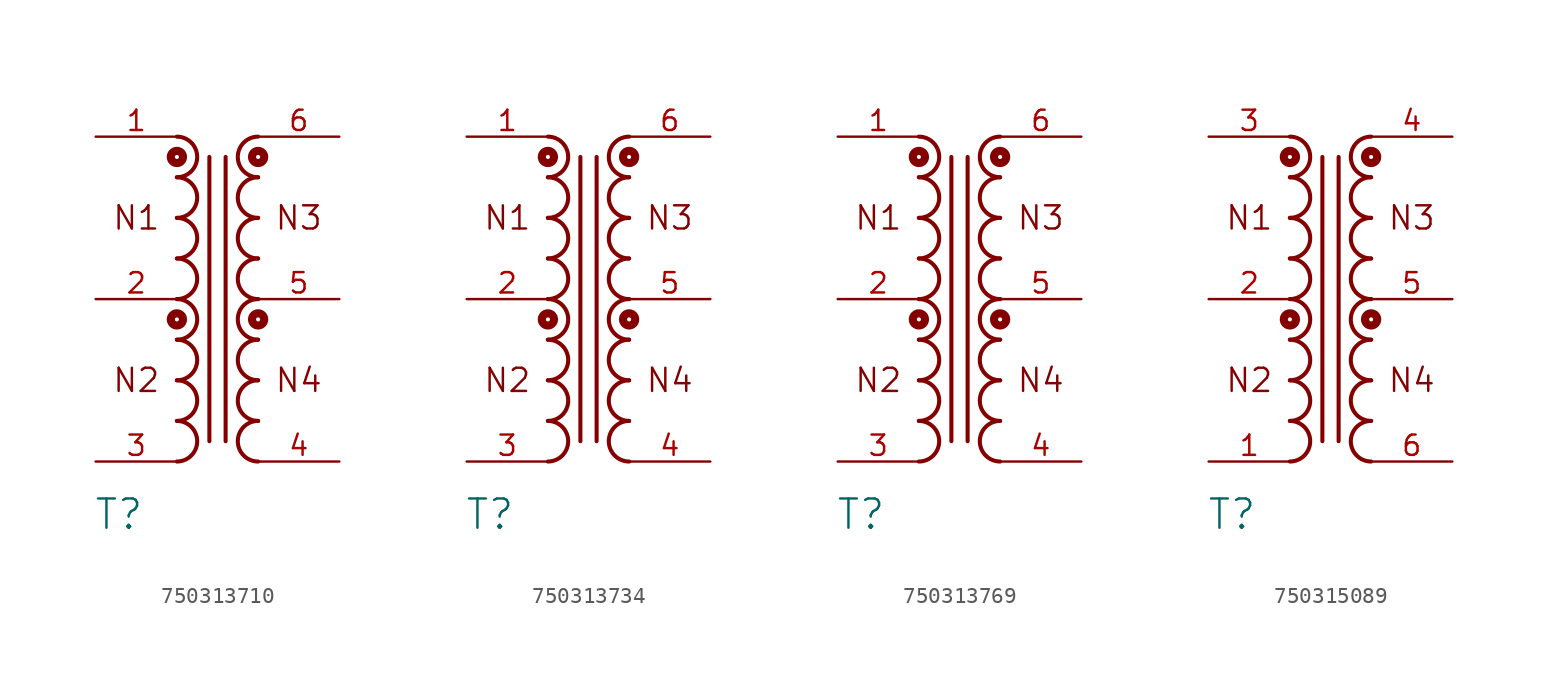
<source format=kicad_sym>
(kicad_symbol_lib
  (version 20231120)
  (generator "kicad_symbol_editor")
  (generator_version "8.0")
  (symbol "750313710"
    (property "Reference" "T"
      (at 1.457 -23.622 0)
      (effects (font (size 1.829 1.829))))
    (symbol "750313710_1_0"
      (polyline (pts (xy 7.112 -1.27) (xy 7.112 -19.05)) (stroke (width 0.254) (type solid)) (fill (type none)))
      (polyline (pts (xy 8.128 -1.27) (xy 8.128 -19.05)) (stroke (width 0.254) (type solid)) (fill (type none)))
      (arc (start 5.08 -20.32) (mid 6.35 -19.05) (end 5.08 -17.78) (stroke (width 0.254) (type solid)) (fill (type none)))
      (arc (start 5.08 -17.78) (mid 6.35 -16.51) (end 5.08 -15.24) (stroke (width 0.254) (type solid)) (fill (type none)))
      (arc (start 5.08 -15.24) (mid 6.35 -13.97) (end 5.08 -12.7) (stroke (width 0.254) (type solid)) (fill (type none)))
      (arc (start 5.08 -12.7) (mid 6.35 -11.43) (end 5.08 -10.16) (stroke (width 0.254) (type solid)) (fill (type none)))
      (circle (center 5.08 -11.43) (radius 0.127) (stroke (width 0.508) (type solid)) (fill (type none)))
      (arc (start 5.08 -10.16) (mid 6.35 -8.89) (end 5.08 -7.62) (stroke (width 0.254) (type solid)) (fill (type none)))
      (arc (start 5.08 -7.62) (mid 6.35 -6.35) (end 5.08 -5.08) (stroke (width 0.254) (type solid)) (fill (type none)))
      (arc (start 5.08 -5.08) (mid 6.35 -3.81) (end 5.08 -2.54) (stroke (width 0.254) (type solid)) (fill (type none)))
      (arc (start 5.08 -2.54) (mid 6.35 -1.27) (end 5.08 0) (stroke (width 0.254) (type solid)) (fill (type none)))
      (circle (center 5.08 -1.27) (radius 0.127) (stroke (width 0.508) (type solid)) (fill (type none)))
      (arc (start 10.16 -17.78) (mid 8.89 -19.05) (end 10.16 -20.32) (stroke (width 0.254) (type solid)) (fill (type none)))
      (arc (start 10.16 -15.24) (mid 8.89 -16.51) (end 10.16 -17.78) (stroke (width 0.254) (type solid)) (fill (type none)))
      (arc (start 10.16 -12.7) (mid 8.89 -13.97) (end 10.16 -15.24) (stroke (width 0.254) (type solid)) (fill (type none)))
      (circle (center 10.16 -11.43) (radius 0.127) (stroke (width 0.508) (type solid)) (fill (type none)))
      (arc (start 10.16 -10.16) (mid 8.89 -11.43) (end 10.16 -12.7) (stroke (width 0.254) (type solid)) (fill (type none)))
      (arc (start 10.16 -7.62) (mid 8.89 -8.89) (end 10.16 -10.16) (stroke (width 0.254) (type solid)) (fill (type none)))
      (arc (start 10.16 -5.08) (mid 8.89 -6.35) (end 10.16 -7.62) (stroke (width 0.254) (type solid)) (fill (type none)))
      (arc (start 10.16 -2.54) (mid 8.89 -3.81) (end 10.16 -5.08) (stroke (width 0.254) (type solid)) (fill (type none)))
      (circle (center 10.16 -1.27) (radius 0.127) (stroke (width 0.508) (type solid)) (fill (type none)))
      (arc (start 10.16 0) (mid 8.89 -1.27) (end 10.16 -2.54) (stroke (width 0.254) (type solid)) (fill (type none)))
      (text "N1" (at 2.54 -5.08 0) (effects (font (size 1.448 1.448))))
      (text "N2" (at 2.54 -15.24 0) (effects (font (size 1.448 1.448))))
      (text "N3" (at 12.7 -5.08 0) (effects (font (size 1.448 1.448))))
      (text "N4" (at 12.7 -15.24 0) (effects (font (size 1.448 1.448))))
      (pin passive line (at 0 0 0) (length 5.08) (name "1" (effects (font (size 0 0)))) (number "1" (effects (font (size 1.27 1.27)))))
      (pin passive line (at 0 -10.16 0) (length 5.08) (name "2" (effects (font (size 0 0)))) (number "2" (effects (font (size 1.27 1.27)))))
      (pin passive line (at 0 -20.32 0) (length 5.08) (name "3" (effects (font (size 0 0)))) (number "3" (effects (font (size 1.27 1.27)))))
      (pin passive line (at 15.24 -20.32 180) (length 5.08) (name "4" (effects (font (size 0 0)))) (number "4" (effects (font (size 1.27 1.27)))))
      (pin passive line (at 15.24 -10.16 180) (length 5.08) (name "5" (effects (font (size 0 0)))) (number "5" (effects (font (size 1.27 1.27)))))
      (pin passive line (at 15.24 0 180) (length 5.08) (name "6" (effects (font (size 0 0)))) (number "6" (effects (font (size 1.27 1.27)))))))
  (symbol "750313734"
    (property "Reference" "T"
      (at 1.457 -23.622 0)
      (effects (font (size 1.829 1.829))))
    (symbol "750313734_1_0"
      (polyline (pts (xy 7.112 -1.27) (xy 7.112 -19.05)) (stroke (width 0.254) (type solid)) (fill (type none)))
      (polyline (pts (xy 8.128 -1.27) (xy 8.128 -19.05)) (stroke (width 0.254) (type solid)) (fill (type none)))
      (arc (start 5.08 -20.32) (mid 6.35 -19.05) (end 5.08 -17.78) (stroke (width 0.254) (type solid)) (fill (type none)))
      (arc (start 5.08 -17.78) (mid 6.35 -16.51) (end 5.08 -15.24) (stroke (width 0.254) (type solid)) (fill (type none)))
      (arc (start 5.08 -15.24) (mid 6.35 -13.97) (end 5.08 -12.7) (stroke (width 0.254) (type solid)) (fill (type none)))
      (arc (start 5.08 -12.7) (mid 6.35 -11.43) (end 5.08 -10.16) (stroke (width 0.254) (type solid)) (fill (type none)))
      (circle (center 5.08 -11.43) (radius 0.127) (stroke (width 0.508) (type solid)) (fill (type none)))
      (arc (start 5.08 -10.16) (mid 6.35 -8.89) (end 5.08 -7.62) (stroke (width 0.254) (type solid)) (fill (type none)))
      (arc (start 5.08 -7.62) (mid 6.35 -6.35) (end 5.08 -5.08) (stroke (width 0.254) (type solid)) (fill (type none)))
      (arc (start 5.08 -5.08) (mid 6.35 -3.81) (end 5.08 -2.54) (stroke (width 0.254) (type solid)) (fill (type none)))
      (arc (start 5.08 -2.54) (mid 6.35 -1.27) (end 5.08 0) (stroke (width 0.254) (type solid)) (fill (type none)))
      (circle (center 5.08 -1.27) (radius 0.127) (stroke (width 0.508) (type solid)) (fill (type none)))
      (arc (start 10.16 -17.78) (mid 8.89 -19.05) (end 10.16 -20.32) (stroke (width 0.254) (type solid)) (fill (type none)))
      (arc (start 10.16 -15.24) (mid 8.89 -16.51) (end 10.16 -17.78) (stroke (width 0.254) (type solid)) (fill (type none)))
      (arc (start 10.16 -12.7) (mid 8.89 -13.97) (end 10.16 -15.24) (stroke (width 0.254) (type solid)) (fill (type none)))
      (circle (center 10.16 -11.43) (radius 0.127) (stroke (width 0.508) (type solid)) (fill (type none)))
      (arc (start 10.16 -10.16) (mid 8.89 -11.43) (end 10.16 -12.7) (stroke (width 0.254) (type solid)) (fill (type none)))
      (arc (start 10.16 -7.62) (mid 8.89 -8.89) (end 10.16 -10.16) (stroke (width 0.254) (type solid)) (fill (type none)))
      (arc (start 10.16 -5.08) (mid 8.89 -6.35) (end 10.16 -7.62) (stroke (width 0.254) (type solid)) (fill (type none)))
      (arc (start 10.16 -2.54) (mid 8.89 -3.81) (end 10.16 -5.08) (stroke (width 0.254) (type solid)) (fill (type none)))
      (circle (center 10.16 -1.27) (radius 0.127) (stroke (width 0.508) (type solid)) (fill (type none)))
      (arc (start 10.16 0) (mid 8.89 -1.27) (end 10.16 -2.54) (stroke (width 0.254) (type solid)) (fill (type none)))
      (text "N1" (at 2.54 -5.08 0) (effects (font (size 1.448 1.448))))
      (text "N2" (at 2.54 -15.24 0) (effects (font (size 1.448 1.448))))
      (text "N3" (at 12.7 -5.08 0) (effects (font (size 1.448 1.448))))
      (text "N4" (at 12.7 -15.24 0) (effects (font (size 1.448 1.448))))
      (pin passive line (at 0 0 0) (length 5.08) (name "1" (effects (font (size 0 0)))) (number "1" (effects (font (size 1.27 1.27)))))
      (pin passive line (at 0 -10.16 0) (length 5.08) (name "2" (effects (font (size 0 0)))) (number "2" (effects (font (size 1.27 1.27)))))
      (pin passive line (at 0 -20.32 0) (length 5.08) (name "3" (effects (font (size 0 0)))) (number "3" (effects (font (size 1.27 1.27)))))
      (pin passive line (at 15.24 -20.32 180) (length 5.08) (name "4" (effects (font (size 0 0)))) (number "4" (effects (font (size 1.27 1.27)))))
      (pin passive line (at 15.24 -10.16 180) (length 5.08) (name "5" (effects (font (size 0 0)))) (number "5" (effects (font (size 1.27 1.27)))))
      (pin passive line (at 15.24 0 180) (length 5.08) (name "6" (effects (font (size 0 0)))) (number "6" (effects (font (size 1.27 1.27)))))))
  (symbol "750313769"
    (property "Reference" "T"
      (at 1.457 -23.622 0)
      (effects (font (size 1.829 1.829))))
    (symbol "750313769_1_0"
      (polyline (pts (xy 7.112 -1.27) (xy 7.112 -19.05)) (stroke (width 0.254) (type solid)) (fill (type none)))
      (polyline (pts (xy 8.128 -1.27) (xy 8.128 -19.05)) (stroke (width 0.254) (type solid)) (fill (type none)))
      (arc (start 5.08 -20.32) (mid 6.35 -19.05) (end 5.08 -17.78) (stroke (width 0.254) (type solid)) (fill (type none)))
      (arc (start 5.08 -17.78) (mid 6.35 -16.51) (end 5.08 -15.24) (stroke (width 0.254) (type solid)) (fill (type none)))
      (arc (start 5.08 -15.24) (mid 6.35 -13.97) (end 5.08 -12.7) (stroke (width 0.254) (type solid)) (fill (type none)))
      (arc (start 5.08 -12.7) (mid 6.35 -11.43) (end 5.08 -10.16) (stroke (width 0.254) (type solid)) (fill (type none)))
      (circle (center 5.08 -11.43) (radius 0.127) (stroke (width 0.508) (type solid)) (fill (type none)))
      (arc (start 5.08 -10.16) (mid 6.35 -8.89) (end 5.08 -7.62) (stroke (width 0.254) (type solid)) (fill (type none)))
      (arc (start 5.08 -7.62) (mid 6.35 -6.35) (end 5.08 -5.08) (stroke (width 0.254) (type solid)) (fill (type none)))
      (arc (start 5.08 -5.08) (mid 6.35 -3.81) (end 5.08 -2.54) (stroke (width 0.254) (type solid)) (fill (type none)))
      (arc (start 5.08 -2.54) (mid 6.35 -1.27) (end 5.08 0) (stroke (width 0.254) (type solid)) (fill (type none)))
      (circle (center 5.08 -1.27) (radius 0.127) (stroke (width 0.508) (type solid)) (fill (type none)))
      (arc (start 10.16 -17.78) (mid 8.89 -19.05) (end 10.16 -20.32) (stroke (width 0.254) (type solid)) (fill (type none)))
      (arc (start 10.16 -15.24) (mid 8.89 -16.51) (end 10.16 -17.78) (stroke (width 0.254) (type solid)) (fill (type none)))
      (arc (start 10.16 -12.7) (mid 8.89 -13.97) (end 10.16 -15.24) (stroke (width 0.254) (type solid)) (fill (type none)))
      (circle (center 10.16 -11.43) (radius 0.127) (stroke (width 0.508) (type solid)) (fill (type none)))
      (arc (start 10.16 -10.16) (mid 8.89 -11.43) (end 10.16 -12.7) (stroke (width 0.254) (type solid)) (fill (type none)))
      (arc (start 10.16 -7.62) (mid 8.89 -8.89) (end 10.16 -10.16) (stroke (width 0.254) (type solid)) (fill (type none)))
      (arc (start 10.16 -5.08) (mid 8.89 -6.35) (end 10.16 -7.62) (stroke (width 0.254) (type solid)) (fill (type none)))
      (arc (start 10.16 -2.54) (mid 8.89 -3.81) (end 10.16 -5.08) (stroke (width 0.254) (type solid)) (fill (type none)))
      (circle (center 10.16 -1.27) (radius 0.127) (stroke (width 0.508) (type solid)) (fill (type none)))
      (arc (start 10.16 0) (mid 8.89 -1.27) (end 10.16 -2.54) (stroke (width 0.254) (type solid)) (fill (type none)))
      (text "N1" (at 2.54 -5.08 0) (effects (font (size 1.448 1.448))))
      (text "N2" (at 2.54 -15.24 0) (effects (font (size 1.448 1.448))))
      (text "N3" (at 12.7 -5.08 0) (effects (font (size 1.448 1.448))))
      (text "N4" (at 12.7 -15.24 0) (effects (font (size 1.448 1.448))))
      (pin passive line (at 0 0 0) (length 5.08) (name "1" (effects (font (size 0 0)))) (number "1" (effects (font (size 1.27 1.27)))))
      (pin passive line (at 0 -10.16 0) (length 5.08) (name "2" (effects (font (size 0 0)))) (number "2" (effects (font (size 1.27 1.27)))))
      (pin passive line (at 0 -20.32 0) (length 5.08) (name "3" (effects (font (size 0 0)))) (number "3" (effects (font (size 1.27 1.27)))))
      (pin passive line (at 15.24 -20.32 180) (length 5.08) (name "4" (effects (font (size 0 0)))) (number "4" (effects (font (size 1.27 1.27)))))
      (pin passive line (at 15.24 -10.16 180) (length 5.08) (name "5" (effects (font (size 0 0)))) (number "5" (effects (font (size 1.27 1.27)))))
      (pin passive line (at 15.24 0 180) (length 5.08) (name "6" (effects (font (size 0 0)))) (number "6" (effects (font (size 1.27 1.27)))))))
  (symbol "750315089"
    (property "Reference" "T"
      (at 1.457 -23.622 0)
      (effects (font (size 1.829 1.829))))
    (symbol "750315089_1_0"
      (polyline (pts (xy 7.112 -1.27) (xy 7.112 -19.05)) (stroke (width 0.254) (type solid)) (fill (type none)))
      (polyline (pts (xy 8.128 -1.27) (xy 8.128 -19.05)) (stroke (width 0.254) (type solid)) (fill (type none)))
      (arc (start 5.08 -20.32) (mid 6.35 -19.05) (end 5.08 -17.78) (stroke (width 0.254) (type solid)) (fill (type none)))
      (arc (start 5.08 -17.78) (mid 6.35 -16.51) (end 5.08 -15.24) (stroke (width 0.254) (type solid)) (fill (type none)))
      (arc (start 5.08 -15.24) (mid 6.35 -13.97) (end 5.08 -12.7) (stroke (width 0.254) (type solid)) (fill (type none)))
      (arc (start 5.08 -12.7) (mid 6.35 -11.43) (end 5.08 -10.16) (stroke (width 0.254) (type solid)) (fill (type none)))
      (circle (center 5.08 -11.43) (radius 0.127) (stroke (width 0.508) (type solid)) (fill (type none)))
      (arc (start 5.08 -10.16) (mid 6.35 -8.89) (end 5.08 -7.62) (stroke (width 0.254) (type solid)) (fill (type none)))
      (arc (start 5.08 -7.62) (mid 6.35 -6.35) (end 5.08 -5.08) (stroke (width 0.254) (type solid)) (fill (type none)))
      (arc (start 5.08 -5.08) (mid 6.35 -3.81) (end 5.08 -2.54) (stroke (width 0.254) (type solid)) (fill (type none)))
      (arc (start 5.08 -2.54) (mid 6.35 -1.27) (end 5.08 0) (stroke (width 0.254) (type solid)) (fill (type none)))
      (circle (center 5.08 -1.27) (radius 0.127) (stroke (width 0.508) (type solid)) (fill (type none)))
      (arc (start 10.16 -17.78) (mid 8.89 -19.05) (end 10.16 -20.32) (stroke (width 0.254) (type solid)) (fill (type none)))
      (arc (start 10.16 -15.24) (mid 8.89 -16.51) (end 10.16 -17.78) (stroke (width 0.254) (type solid)) (fill (type none)))
      (arc (start 10.16 -12.7) (mid 8.89 -13.97) (end 10.16 -15.24) (stroke (width 0.254) (type solid)) (fill (type none)))
      (circle (center 10.16 -11.43) (radius 0.127) (stroke (width 0.508) (type solid)) (fill (type none)))
      (arc (start 10.16 -10.16) (mid 8.89 -11.43) (end 10.16 -12.7) (stroke (width 0.254) (type solid)) (fill (type none)))
      (arc (start 10.16 -7.62) (mid 8.89 -8.89) (end 10.16 -10.16) (stroke (width 0.254) (type solid)) (fill (type none)))
      (arc (start 10.16 -5.08) (mid 8.89 -6.35) (end 10.16 -7.62) (stroke (width 0.254) (type solid)) (fill (type none)))
      (arc (start 10.16 -2.54) (mid 8.89 -3.81) (end 10.16 -5.08) (stroke (width 0.254) (type solid)) (fill (type none)))
      (circle (center 10.16 -1.27) (radius 0.127) (stroke (width 0.508) (type solid)) (fill (type none)))
      (arc (start 10.16 0) (mid 8.89 -1.27) (end 10.16 -2.54) (stroke (width 0.254) (type solid)) (fill (type none)))
      (text "N1" (at 2.54 -5.08 0) (effects (font (size 1.448 1.448))))
      (text "N2" (at 2.54 -15.24 0) (effects (font (size 1.448 1.448))))
      (text "N3" (at 12.7 -5.08 0) (effects (font (size 1.448 1.448))))
      (text "N4" (at 12.7 -15.24 0) (effects (font (size 1.448 1.448))))
      (pin passive line (at 0 -20.32 0) (length 5.08) (name "1" (effects (font (size 0 0)))) (number "1" (effects (font (size 1.27 1.27)))))
      (pin passive line (at 0 -10.16 0) (length 5.08) (name "2" (effects (font (size 0 0)))) (number "2" (effects (font (size 1.27 1.27)))))
      (pin passive line (at 0 0 0) (length 5.08) (name "3" (effects (font (size 0 0)))) (number "3" (effects (font (size 1.27 1.27)))))
      (pin passive line (at 15.24 0 180) (length 5.08) (name "4" (effects (font (size 0 0)))) (number "4" (effects (font (size 1.27 1.27)))))
      (pin passive line (at 15.24 -10.16 180) (length 5.08) (name "5" (effects (font (size 0 0)))) (number "5" (effects (font (size 1.27 1.27)))))
      (pin passive line (at 15.24 -20.32 180) (length 5.08) (name "6" (effects (font (size 0 0)))) (number "6" (effects (font (size 1.27 1.27))))))))
</source>
